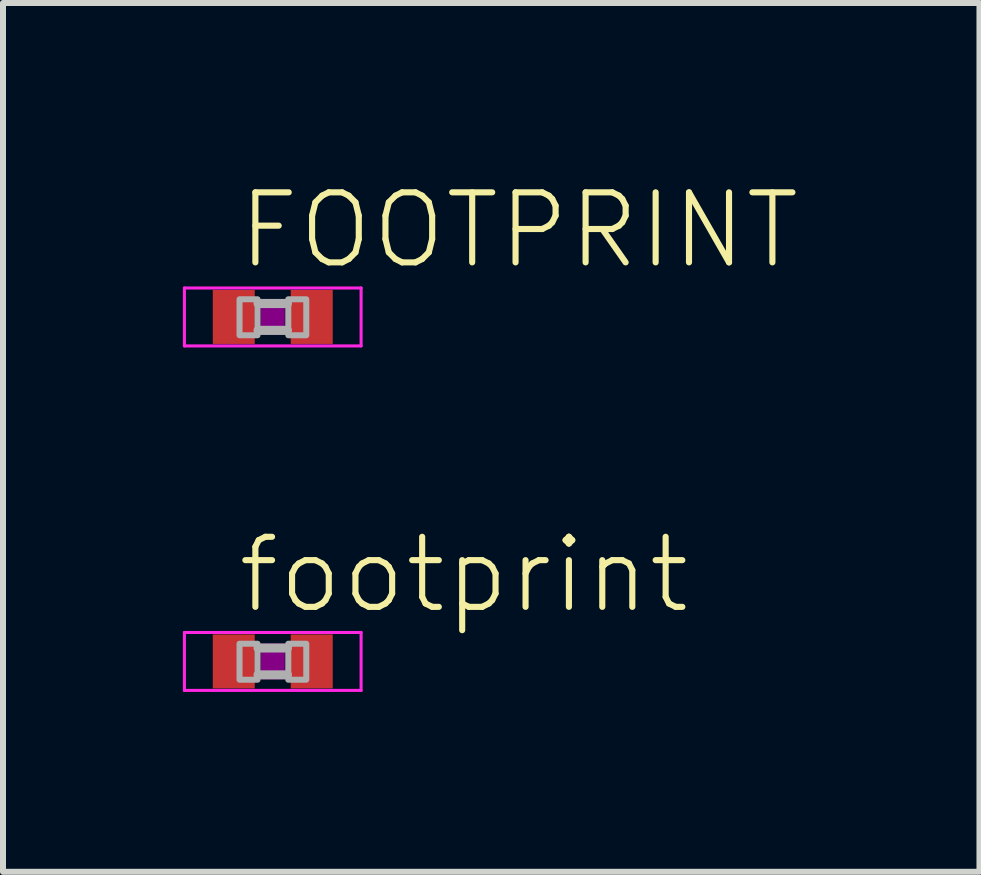
<source format=kicad_pcb>
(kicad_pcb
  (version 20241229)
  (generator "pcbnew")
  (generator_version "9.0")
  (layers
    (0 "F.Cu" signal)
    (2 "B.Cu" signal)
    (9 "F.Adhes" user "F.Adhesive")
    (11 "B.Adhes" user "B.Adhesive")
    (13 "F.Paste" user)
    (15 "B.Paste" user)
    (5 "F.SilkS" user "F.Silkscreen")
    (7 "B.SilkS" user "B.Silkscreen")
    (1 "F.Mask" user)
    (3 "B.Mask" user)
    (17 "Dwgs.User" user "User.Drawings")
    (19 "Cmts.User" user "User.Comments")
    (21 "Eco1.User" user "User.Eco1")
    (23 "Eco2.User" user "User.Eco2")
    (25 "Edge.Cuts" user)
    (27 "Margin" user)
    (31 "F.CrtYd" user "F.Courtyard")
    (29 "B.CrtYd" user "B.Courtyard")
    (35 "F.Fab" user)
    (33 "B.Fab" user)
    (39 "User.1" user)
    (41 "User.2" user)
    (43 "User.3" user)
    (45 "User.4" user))
  (footprint "footprint"
    (layer "F.Cu")
    (at 1.498 7.979)
    (property "Reference" "footprint" (at -0.635 -0.762 0) (layer "F.SilkS") (effects (font (size 1.168 1.168) (thickness 0.102)) (justify left bottom)))
    (fp_poly (pts (xy -0.2 0.3) (xy 0.2 0.3) (xy 0.2 -0.3) (xy -0.2 -0.3)) (stroke (width 0) (type solid)) (fill yes) (layer "F.Adhes"))
    (fp_line (start -1.473 -0.483) (end 1.473 -0.483) (stroke (width 0.051) (type solid)) (layer "F.CrtYd"))
    (fp_line (start -1.473 0.483) (end -1.473 -0.483) (stroke (width 0.051) (type solid)) (layer "F.CrtYd"))
    (fp_line (start 1.473 -0.483) (end 1.473 0.483) (stroke (width 0.051) (type solid)) (layer "F.CrtYd"))
    (fp_line (start 1.473 0.483) (end -1.473 0.483) (stroke (width 0.051) (type solid)) (layer "F.CrtYd"))
    (fp_line (start -0.245 -0.224) (end 0.245 -0.224) (stroke (width 0.152) (type solid)) (layer "F.Fab"))
    (fp_line (start 0.245 0.224) (end -0.245 0.224) (stroke (width 0.152) (type solid)) (layer "F.Fab"))
    (fp_poly (pts (xy -0.554 0.305) (xy -0.254 0.305) (xy -0.254 -0.295) (xy -0.554 -0.295)) (stroke (width 0.1) (type solid)) (fill no) (layer "F.Fab"))
    (fp_poly (pts (xy 0.259 0.305) (xy 0.559 0.305) (xy 0.559 -0.295) (xy 0.259 -0.295)) (stroke (width 0.1) (type solid)) (fill no) (layer "F.Fab"))
    (pad "1" smd rect (at -0.65 0) (size 0.7 0.9) (layers "F.Cu" "F.Mask" "F.Paste"))
    (pad "2" smd rect (at 0.65 0) (size 0.7 0.9) (layers "F.Cu" "F.Mask" "F.Paste")))
  (footprint "FOOTPRINT"
    (layer "F.Cu")
    (at 1.498 2.235)
    (property "Reference" "FOOTPRINT" (at -0.635 -0.762 0) (layer "F.SilkS") (effects (font (size 1.168 1.168) (thickness 0.102)) (justify left bottom)))
    (fp_poly (pts (xy -0.2 0.3) (xy 0.2 0.3) (xy 0.2 -0.3) (xy -0.2 -0.3)) (stroke (width 0) (type solid)) (fill yes) (layer "F.Adhes"))
    (fp_line (start -1.473 -0.483) (end 1.473 -0.483) (stroke (width 0.051) (type solid)) (layer "F.CrtYd"))
    (fp_line (start -1.473 0.483) (end -1.473 -0.483) (stroke (width 0.051) (type solid)) (layer "F.CrtYd"))
    (fp_line (start 1.473 -0.483) (end 1.473 0.483) (stroke (width 0.051) (type solid)) (layer "F.CrtYd"))
    (fp_line (start 1.473 0.483) (end -1.473 0.483) (stroke (width 0.051) (type solid)) (layer "F.CrtYd"))
    (fp_line (start -0.245 -0.224) (end 0.245 -0.224) (stroke (width 0.152) (type solid)) (layer "F.Fab"))
    (fp_line (start 0.245 0.224) (end -0.245 0.224) (stroke (width 0.152) (type solid)) (layer "F.Fab"))
    (fp_poly (pts (xy -0.554 0.305) (xy -0.254 0.305) (xy -0.254 -0.295) (xy -0.554 -0.295)) (stroke (width 0.1) (type solid)) (fill no) (layer "F.Fab"))
    (fp_poly (pts (xy 0.259 0.305) (xy 0.559 0.305) (xy 0.559 -0.295) (xy 0.259 -0.295)) (stroke (width 0.1) (type solid)) (fill no) (layer "F.Fab"))
    (pad "1" smd rect (at -0.65 0) (size 0.7 0.9) (layers "F.Cu" "F.Mask" "F.Paste"))
    (pad "2" smd rect (at 0.65 0) (size 0.7 0.9) (layers "F.Cu" "F.Mask" "F.Paste")))
  (gr_rect
    (start -3 -3)
    (end 13.282 11.487)
    (stroke (width 0.1) (type default))
    (fill no)
    (layer "Edge.Cuts")))
</source>
